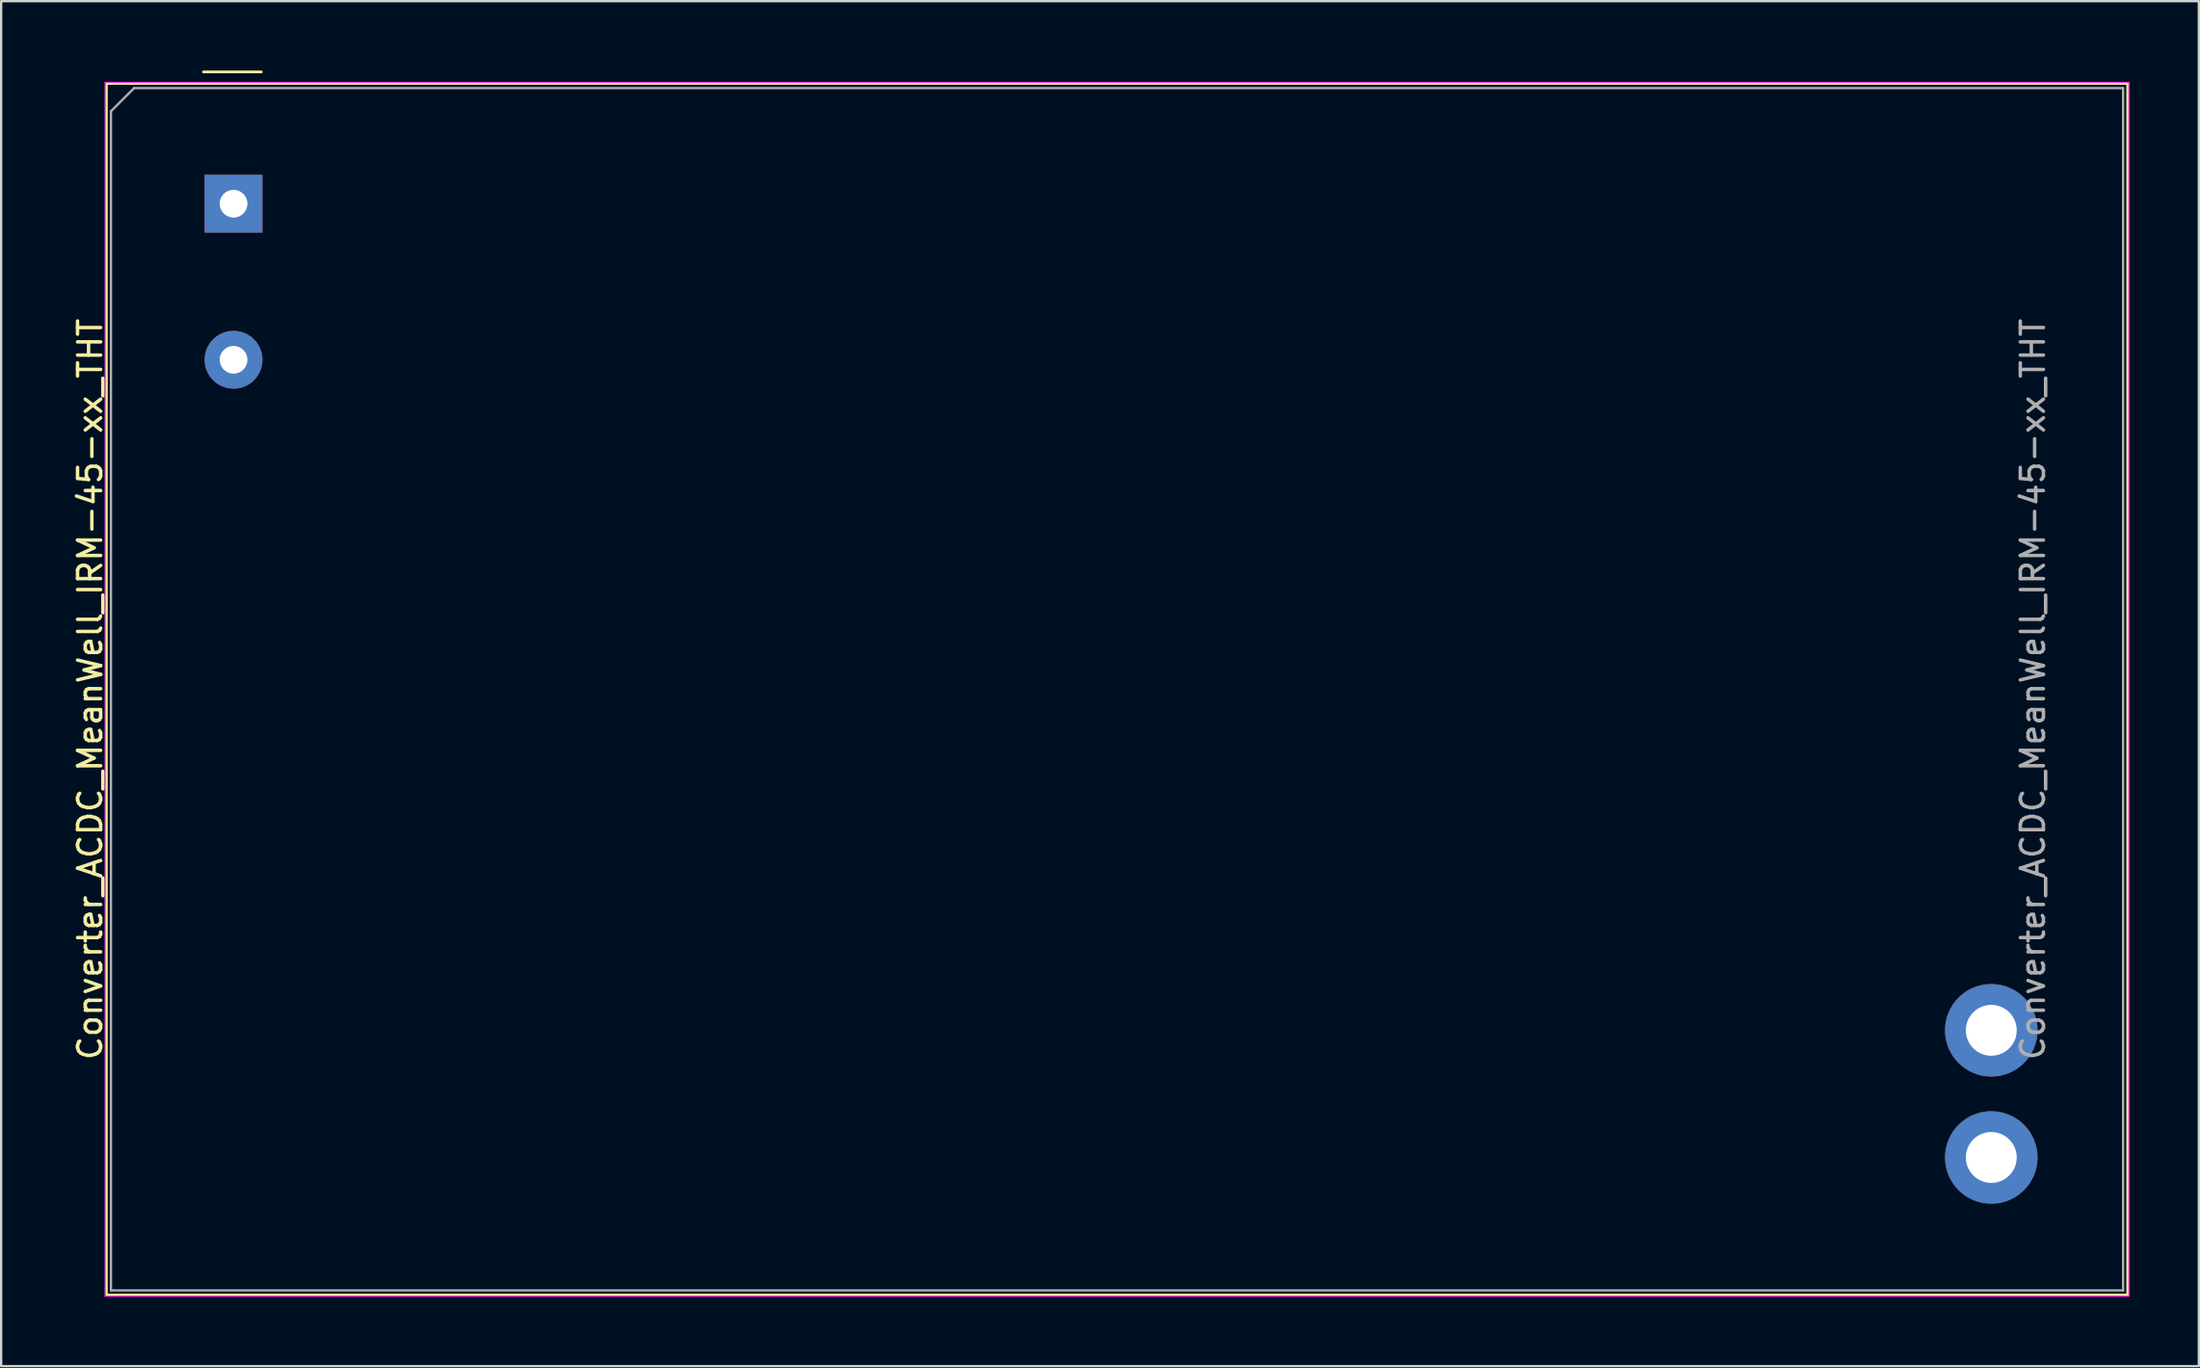
<source format=kicad_pcb>
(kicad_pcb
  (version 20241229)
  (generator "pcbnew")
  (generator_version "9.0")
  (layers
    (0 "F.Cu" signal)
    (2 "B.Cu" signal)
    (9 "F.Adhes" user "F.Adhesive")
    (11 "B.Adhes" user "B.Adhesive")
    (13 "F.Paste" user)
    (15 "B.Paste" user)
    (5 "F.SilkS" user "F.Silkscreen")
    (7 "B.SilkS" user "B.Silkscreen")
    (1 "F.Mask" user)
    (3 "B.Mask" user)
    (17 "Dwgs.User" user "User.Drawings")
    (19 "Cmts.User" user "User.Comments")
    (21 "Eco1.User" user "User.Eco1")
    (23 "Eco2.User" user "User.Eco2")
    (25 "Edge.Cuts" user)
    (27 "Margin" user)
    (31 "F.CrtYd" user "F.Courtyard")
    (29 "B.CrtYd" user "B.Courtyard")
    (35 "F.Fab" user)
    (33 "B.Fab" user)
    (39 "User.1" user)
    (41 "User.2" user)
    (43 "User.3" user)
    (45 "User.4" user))
  (footprint "Converter_ACDC_MeanWell_IRM-45-xx_THT"
    (layer "F.Cu")
    (at 7.048 5.76)
    (property "Reference" "Converter_ACDC_MeanWell_IRM-45-xx_THT" (at -6.2 21 90) (layer "F.SilkS") (effects (font (size 1 1) (thickness 0.15))))
    (attr through_hole)
    (fp_line (start -5.5 -5.2) (end -5.5 47.2) (stroke (width 0.12) (type solid)) (layer "F.SilkS"))
    (fp_line (start -5.5 47.2) (end 81.9 47.2) (stroke (width 0.12) (type solid)) (layer "F.SilkS"))
    (fp_line (start -1.3 -5.7) (end 1.2 -5.7) (stroke (width 0.12) (type solid)) (layer "F.SilkS"))
    (fp_line (start 81.9 -5.2) (end -5.5 -5.2) (stroke (width 0.12) (type solid)) (layer "F.SilkS"))
    (fp_line (start 81.9 47.2) (end 81.9 -5.2) (stroke (width 0.12) (type solid)) (layer "F.SilkS"))
    (fp_line (start -5.55 -5.25) (end 81.95 -5.25) (stroke (width 0.05) (type solid)) (layer "F.CrtYd"))
    (fp_line (start -5.55 47.25) (end -5.55 -5.25) (stroke (width 0.05) (type solid)) (layer "F.CrtYd"))
    (fp_line (start 81.95 -5.25) (end 81.95 47.25) (stroke (width 0.05) (type solid)) (layer "F.CrtYd"))
    (fp_line (start 81.95 47.25) (end -5.55 47.25) (stroke (width 0.05) (type solid)) (layer "F.CrtYd"))
    (fp_line (start -5.3 -4) (end -4.3 -5) (stroke (width 0.1) (type solid)) (layer "F.Fab"))
    (fp_line (start -5.3 47) (end -5.3 -4) (stroke (width 0.1) (type solid)) (layer "F.Fab"))
    (fp_line (start -5.3 47) (end 81.7 47) (stroke (width 0.1) (type solid)) (layer "F.Fab"))
    (fp_line (start -4.3 -5) (end 81.7 -5) (stroke (width 0.1) (type solid)) (layer "F.Fab"))
    (fp_line (start 81.7 47) (end 81.7 -5) (stroke (width 0.1) (type solid)) (layer "F.Fab"))
    (fp_text user "${REFERENCE}" (at 77.8 21 90) (layer "F.Fab") (effects (font (size 1 1) (thickness 0.15))))
    (pad "1" thru_hole rect (at 0 0) (size 2.5 2.5) (drill 1.2) (layers "*.Cu" "*.Mask"))
    (pad "2" thru_hole circle (at 0 6.75) (size 2.5 2.5) (drill 1.2) (layers "*.Cu" "*.Mask"))
    (pad "3" thru_hole circle (at 76 41.25) (size 4 4) (drill 2.2) (layers "*.Cu" "*.Mask"))
    (pad "4" thru_hole circle (at 76 35.75) (size 4 4) (drill 2.2) (layers "*.Cu" "*.Mask")))
  (gr_rect
    (start -3 -3)
    (end 92.023 56.035)
    (stroke (width 0.1) (type default))
    (fill no)
    (layer "Edge.Cuts")))
</source>
